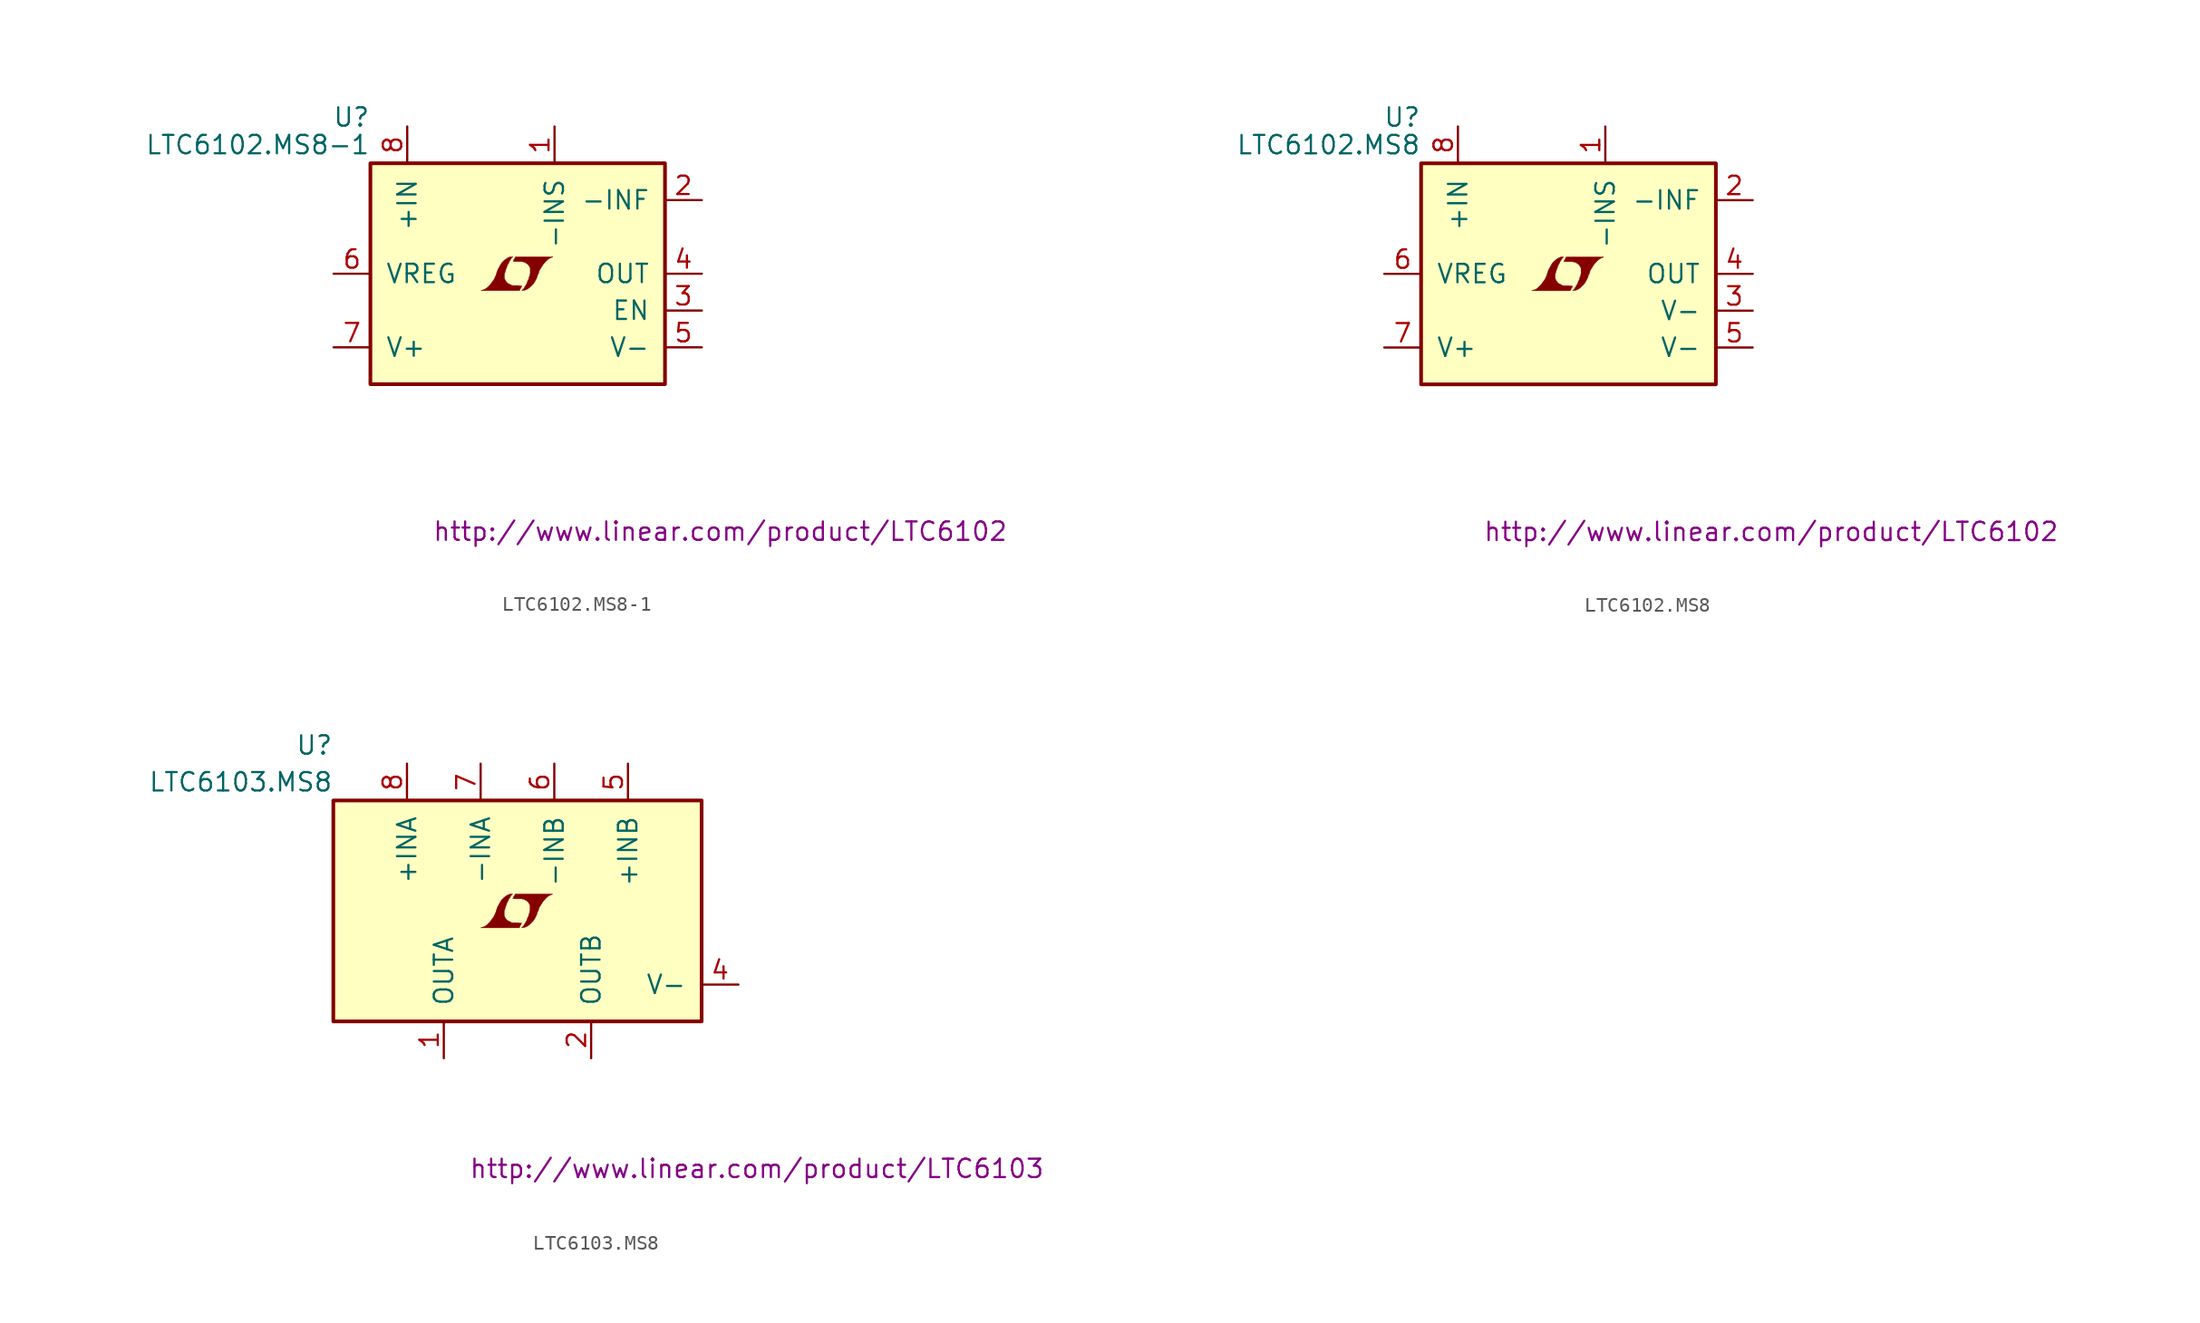
<source format=kicad_sym>
(kicad_symbol_lib
  (version 20201005)
  (generator kicad_symbol_editor)
  (symbol "LTC6102.MS8-1"
    (pin_names
      (offset 1.016))
    (property "Reference" "U"
      (at -10.16 10.795 0)
      (effects (font (size 1.27 1.27)) (justify right)))
    (property "Value" "LTC6102.MS8-1"
      (at -10.16 8.89 0)
      (effects (font (size 1.27 1.27)) (justify right)))
    (property "Datasheet" "http://www.linear.com/product/LTC6102"
      (at 13.97 -17.78 0)
      (effects (font (size 1.27 1.27))))
    (symbol "LTC6102.MS8-1_0_0"
      (polyline (pts (xy 0.203 -0.991) (xy 0.229 -0.965) (xy 0.279 -0.864) (xy 0.279 -0.838) (xy 0.152 -0.838) (xy 0.051 -0.813) (xy -0.406 -0.813) (xy -0.432 -0.787) (xy -0.686 -0.66) (xy -0.787 -0.559) (xy -0.864 -0.432) (xy -0.914 -0.33) (xy -0.914 -0.025) (xy -0.864 0.127) (xy -0.838 0.229) (xy -0.813 0.305) (xy -0.762 0.432) (xy -0.711 0.584) (xy -0.635 0.711) (xy -0.584 0.838) (xy -0.508 0.94) (xy -0.457 1.041) (xy -0.33 1.168) (xy -0.508 1.168) (xy -0.635 1.118) (xy -0.737 1.067) (xy -0.813 1.016) (xy -0.94 0.914) (xy -1.118 0.737) (xy -1.372 0.279) (xy -1.473 0) (xy -1.473 -0.051) (xy -1.524 -0.152) (xy -1.575 -0.279) (xy -1.626 -0.381) (xy -1.753 -0.559) (xy -1.905 -0.762) (xy -2.057 -0.914) (xy -2.21 -1.041) (xy -2.388 -1.118) (xy -2.54 -1.168) (xy 0.127 -1.168) (xy 0.203 -0.991)) (stroke (width 0.025)) (fill (type outline)))
      (polyline (pts (xy 0.406 -1.143) (xy 0.483 -1.143) (xy 0.66 -1.067) (xy 0.813 -0.965) (xy 1.092 -0.686) (xy 1.219 -0.483) (xy 1.321 -0.279) (xy 1.397 -0.025) (xy 1.422 -0.025) (xy 1.499 0.229) (xy 1.753 0.635) (xy 1.905 0.813) (xy 2.057 0.965) (xy 2.21 1.067) (xy 2.388 1.143) (xy 2.413 1.143) (xy 2.413 1.168) (xy -0.152 1.168) (xy -0.229 1.016) (xy -0.254 0.991) (xy -0.305 0.889) (xy -0.33 0.864) (xy -0.279 0.864) (xy -0.229 0.838) (xy 0.305 0.838) (xy 0.356 0.813) (xy 0.406 0.813) (xy 0.483 0.787) (xy 0.61 0.711) (xy 0.737 0.61) (xy 0.813 0.483) (xy 0.838 0.432) (xy 0.864 0.406) (xy 0.864 0) (xy 0.838 -0.051) (xy 0.838 -0.127) (xy 0.787 -0.229) (xy 0.762 -0.356) (xy 0.686 -0.508) (xy 0.635 -0.66) (xy 0.483 -0.914) (xy 0.432 -1.016) (xy 0.279 -1.168) (xy 0.406 -1.143)) (stroke (width 0.025)) (fill (type outline))))
    (symbol "LTC6102.MS8-1_0_1"
      (rectangle (start -10.16 7.62) (end 10.16 -7.62) (stroke (width 0.254)) (fill (type background))))
    (symbol "LTC6102.MS8-1_1_1"
      (pin passive line (at 2.54 10.16 270) (length 2.54) (name "-INS" (effects (font (size 1.27 1.27)))) (number "1" (effects (font (size 1.27 1.27)))))
      (pin passive line (at 12.7 5.08 180) (length 2.54) (name "-INF" (effects (font (size 1.27 1.27)))) (number "2" (effects (font (size 1.27 1.27)))))
      (pin input line (at 12.7 -2.54 180) (length 2.54) (name "EN" (effects (font (size 1.27 1.27)))) (number "3" (effects (font (size 1.27 1.27)))))
      (pin output line (at 12.7 0 180) (length 2.54) (name "OUT" (effects (font (size 1.27 1.27)))) (number "4" (effects (font (size 1.27 1.27)))))
      (pin power_in line (at 12.7 -5.08 180) (length 2.54) (name "V-" (effects (font (size 1.27 1.27)))) (number "5" (effects (font (size 1.27 1.27)))))
      (pin passive line (at -12.7 0 0) (length 2.54) (name "VREG" (effects (font (size 1.27 1.27)))) (number "6" (effects (font (size 1.27 1.27)))))
      (pin power_in line (at -12.7 -5.08 0) (length 2.54) (name "V+" (effects (font (size 1.27 1.27)))) (number "7" (effects (font (size 1.27 1.27)))))
      (pin passive line (at -7.62 10.16 270) (length 2.54) (name "+IN" (effects (font (size 1.27 1.27)))) (number "8" (effects (font (size 1.27 1.27)))))))
  (symbol "LTC6102.MS8"
    (pin_names
      (offset 1.016))
    (property "Reference" "U"
      (at -10.16 10.795 0)
      (effects (font (size 1.27 1.27)) (justify right)))
    (property "Value" "LTC6102.MS8"
      (at -10.16 8.89 0)
      (effects (font (size 1.27 1.27)) (justify right)))
    (property "Datasheet" "http://www.linear.com/product/LTC6102"
      (at 13.97 -17.78 0)
      (effects (font (size 1.27 1.27))))
    (symbol "LTC6102.MS8_0_0"
      (polyline (pts (xy 0.203 -0.991) (xy 0.229 -0.965) (xy 0.279 -0.864) (xy 0.279 -0.838) (xy 0.152 -0.838) (xy 0.051 -0.813) (xy -0.406 -0.813) (xy -0.432 -0.787) (xy -0.686 -0.66) (xy -0.787 -0.559) (xy -0.864 -0.432) (xy -0.914 -0.33) (xy -0.914 -0.025) (xy -0.864 0.127) (xy -0.838 0.229) (xy -0.813 0.305) (xy -0.762 0.432) (xy -0.711 0.584) (xy -0.635 0.711) (xy -0.584 0.838) (xy -0.508 0.94) (xy -0.457 1.041) (xy -0.33 1.168) (xy -0.508 1.168) (xy -0.635 1.118) (xy -0.737 1.067) (xy -0.813 1.016) (xy -0.94 0.914) (xy -1.118 0.737) (xy -1.372 0.279) (xy -1.473 0) (xy -1.473 -0.051) (xy -1.524 -0.152) (xy -1.575 -0.279) (xy -1.626 -0.381) (xy -1.753 -0.559) (xy -1.905 -0.762) (xy -2.057 -0.914) (xy -2.21 -1.041) (xy -2.388 -1.118) (xy -2.54 -1.168) (xy 0.127 -1.168) (xy 0.203 -0.991)) (stroke (width 0.025)) (fill (type outline)))
      (polyline (pts (xy 0.406 -1.143) (xy 0.483 -1.143) (xy 0.66 -1.067) (xy 0.813 -0.965) (xy 1.092 -0.686) (xy 1.219 -0.483) (xy 1.321 -0.279) (xy 1.397 -0.025) (xy 1.422 -0.025) (xy 1.499 0.229) (xy 1.753 0.635) (xy 1.905 0.813) (xy 2.057 0.965) (xy 2.21 1.067) (xy 2.388 1.143) (xy 2.413 1.143) (xy 2.413 1.168) (xy -0.152 1.168) (xy -0.229 1.016) (xy -0.254 0.991) (xy -0.305 0.889) (xy -0.33 0.864) (xy -0.279 0.864) (xy -0.229 0.838) (xy 0.305 0.838) (xy 0.356 0.813) (xy 0.406 0.813) (xy 0.483 0.787) (xy 0.61 0.711) (xy 0.737 0.61) (xy 0.813 0.483) (xy 0.838 0.432) (xy 0.864 0.406) (xy 0.864 0) (xy 0.838 -0.051) (xy 0.838 -0.127) (xy 0.787 -0.229) (xy 0.762 -0.356) (xy 0.686 -0.508) (xy 0.635 -0.66) (xy 0.483 -0.914) (xy 0.432 -1.016) (xy 0.279 -1.168) (xy 0.406 -1.143)) (stroke (width 0.025)) (fill (type outline))))
    (symbol "LTC6102.MS8_0_1"
      (rectangle (start -10.16 7.62) (end 10.16 -7.62) (stroke (width 0.254)) (fill (type background))))
    (symbol "LTC6102.MS8_1_1"
      (pin passive line (at 2.54 10.16 270) (length 2.54) (name "-INS" (effects (font (size 1.27 1.27)))) (number "1" (effects (font (size 1.27 1.27)))))
      (pin passive line (at 12.7 5.08 180) (length 2.54) (name "-INF" (effects (font (size 1.27 1.27)))) (number "2" (effects (font (size 1.27 1.27)))))
      (pin power_in line (at 12.7 -2.54 180) (length 2.54) (name "V-" (effects (font (size 1.27 1.27)))) (number "3" (effects (font (size 1.27 1.27)))))
      (pin output line (at 12.7 0 180) (length 2.54) (name "OUT" (effects (font (size 1.27 1.27)))) (number "4" (effects (font (size 1.27 1.27)))))
      (pin power_in line (at 12.7 -5.08 180) (length 2.54) (name "V-" (effects (font (size 1.27 1.27)))) (number "5" (effects (font (size 1.27 1.27)))))
      (pin passive line (at -12.7 0 0) (length 2.54) (name "VREG" (effects (font (size 1.27 1.27)))) (number "6" (effects (font (size 1.27 1.27)))))
      (pin power_in line (at -12.7 -5.08 0) (length 2.54) (name "V+" (effects (font (size 1.27 1.27)))) (number "7" (effects (font (size 1.27 1.27)))))
      (pin passive line (at -7.62 10.16 270) (length 2.54) (name "+IN" (effects (font (size 1.27 1.27)))) (number "8" (effects (font (size 1.27 1.27)))))))
  (symbol "LTC6103.MS8"
    (pin_names
      (offset 1.016))
    (property "Reference" "U"
      (at -12.7 11.43 0)
      (effects (font (size 1.27 1.27)) (justify right)))
    (property "Value" "LTC6103.MS8"
      (at -12.7 8.89 0)
      (effects (font (size 1.27 1.27)) (justify right)))
    (property "Datasheet" "http://www.linear.com/product/LTC6103"
      (at 16.51 -17.78 0)
      (effects (font (size 1.27 1.27))))
    (symbol "LTC6103.MS8_0_0"
      (polyline (pts (xy 0.203 -0.991) (xy 0.229 -0.965) (xy 0.279 -0.864) (xy 0.279 -0.838) (xy 0.152 -0.838) (xy 0.051 -0.813) (xy -0.406 -0.813) (xy -0.432 -0.787) (xy -0.686 -0.66) (xy -0.787 -0.559) (xy -0.864 -0.432) (xy -0.914 -0.33) (xy -0.914 -0.025) (xy -0.864 0.127) (xy -0.838 0.229) (xy -0.813 0.305) (xy -0.762 0.432) (xy -0.711 0.584) (xy -0.635 0.711) (xy -0.584 0.838) (xy -0.508 0.94) (xy -0.457 1.041) (xy -0.33 1.168) (xy -0.508 1.168) (xy -0.635 1.118) (xy -0.737 1.067) (xy -0.813 1.016) (xy -0.94 0.914) (xy -1.118 0.737) (xy -1.372 0.279) (xy -1.473 0) (xy -1.473 -0.051) (xy -1.524 -0.152) (xy -1.575 -0.279) (xy -1.626 -0.381) (xy -1.753 -0.559) (xy -1.905 -0.762) (xy -2.057 -0.914) (xy -2.21 -1.041) (xy -2.388 -1.118) (xy -2.54 -1.168) (xy 0.127 -1.168) (xy 0.203 -0.991)) (stroke (width 0.025)) (fill (type outline)))
      (polyline (pts (xy 0.406 -1.143) (xy 0.483 -1.143) (xy 0.66 -1.067) (xy 0.813 -0.965) (xy 1.092 -0.686) (xy 1.219 -0.483) (xy 1.321 -0.279) (xy 1.397 -0.025) (xy 1.422 -0.025) (xy 1.499 0.229) (xy 1.753 0.635) (xy 1.905 0.813) (xy 2.057 0.965) (xy 2.21 1.067) (xy 2.388 1.143) (xy 2.413 1.143) (xy 2.413 1.168) (xy -0.152 1.168) (xy -0.229 1.016) (xy -0.254 0.991) (xy -0.305 0.889) (xy -0.33 0.864) (xy -0.279 0.864) (xy -0.229 0.838) (xy 0.305 0.838) (xy 0.356 0.813) (xy 0.406 0.813) (xy 0.483 0.787) (xy 0.61 0.711) (xy 0.737 0.61) (xy 0.813 0.483) (xy 0.838 0.432) (xy 0.864 0.406) (xy 0.864 0) (xy 0.838 -0.051) (xy 0.838 -0.127) (xy 0.787 -0.229) (xy 0.762 -0.356) (xy 0.686 -0.508) (xy 0.635 -0.66) (xy 0.483 -0.914) (xy 0.432 -1.016) (xy 0.279 -1.168) (xy 0.406 -1.143)) (stroke (width 0.025)) (fill (type outline))))
    (symbol "LTC6103.MS8_0_1"
      (rectangle (start -12.7 7.62) (end 12.7 -7.62) (stroke (width 0.254)) (fill (type background))))
    (symbol "LTC6103.MS8_1_1"
      (pin output line (at -5.08 -10.16 90) (length 2.54) (name "OUTA" (effects (font (size 1.27 1.27)))) (number "1" (effects (font (size 1.27 1.27)))))
      (pin output line (at 5.08 -10.16 90) (length 2.54) (name "OUTB" (effects (font (size 1.27 1.27)))) (number "2" (effects (font (size 1.27 1.27)))))
      (pin unconnected line (at 0 -10.16 90) (length 2.54) hide (name "NC" (effects (font (size 1.27 1.27)))) (number "3" (effects (font (size 1.27 1.27)))))
      (pin power_in line (at 15.24 -5.08 180) (length 2.54) (name "V-" (effects (font (size 1.27 1.27)))) (number "4" (effects (font (size 1.27 1.27)))))
      (pin passive line (at 7.62 10.16 270) (length 2.54) (name "+INB" (effects (font (size 1.27 1.27)))) (number "5" (effects (font (size 1.27 1.27)))))
      (pin passive line (at 2.54 10.16 270) (length 2.54) (name "-INB" (effects (font (size 1.27 1.27)))) (number "6" (effects (font (size 1.27 1.27)))))
      (pin passive line (at -2.54 10.16 270) (length 2.54) (name "-INA" (effects (font (size 1.27 1.27)))) (number "7" (effects (font (size 1.27 1.27)))))
      (pin passive line (at -7.62 10.16 270) (length 2.54) (name "+INA" (effects (font (size 1.27 1.27)))) (number "8" (effects (font (size 1.27 1.27))))))))
</source>
